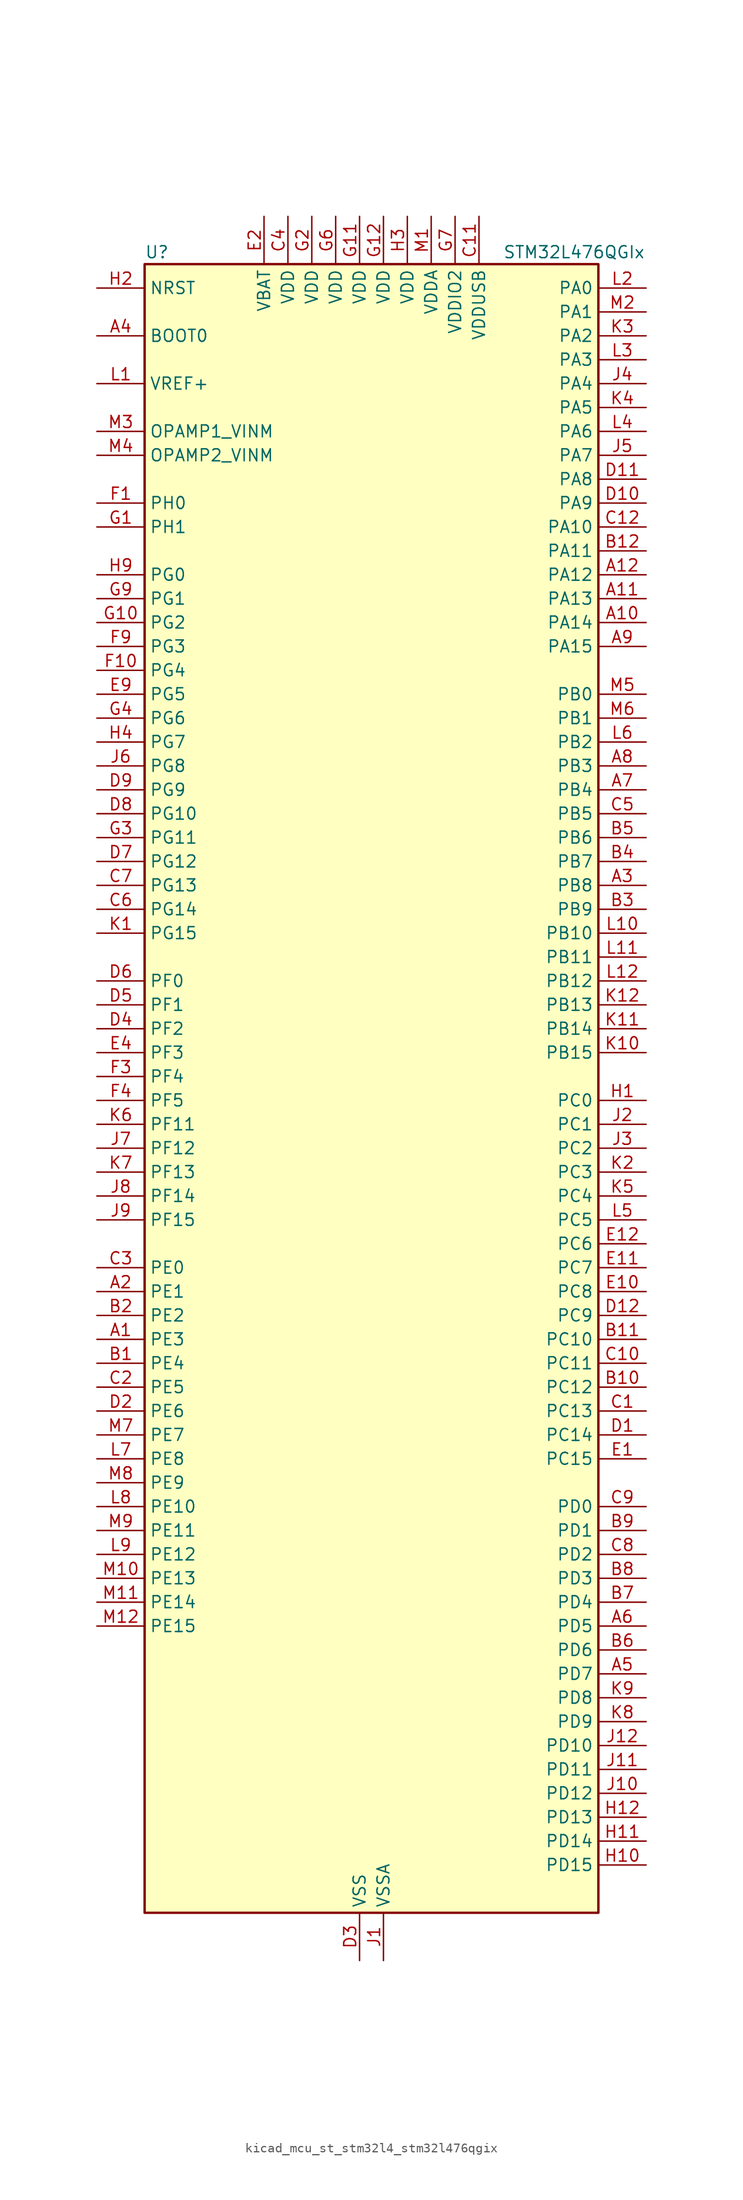
<source format=kicad_sym>
(kicad_symbol_lib
  (version 20220914)
  (generator kicad_symbol_editor)
  (symbol "kicad_mcu_st_stm32l4_stm32l476qgix"
    (property "Reference" "U"
      (at -22.86 90.17 0)
      (effects (font (size 1.27 1.27)) (justify left)))
    (property "Value" "STM32L476QGIx"
      (at 15.24 90.17 0)
      (effects (font (size 1.27 1.27)) (justify left)))
    (property "ki_locked" ""
      (at 0 0 0)
      (effects (font (size 1.27 1.27))))
    (symbol "kicad_mcu_st_stm32l4_stm32l476qgix_0_1"
      (rectangle (start -22.86 -86.36) (end 25.4 88.9) (stroke (width 0.254) (type default)) (fill (type background))))
    (symbol "kicad_mcu_st_stm32l4_stm32l476qgix_1_1"
      (pin bidirectional line (at -27.94 -25.4 0) (length 5.08) (name "PE3" (effects (font (size 1.27 1.27)))) (number "A1" (effects (font (size 1.27 1.27)))) (alternate "FMC_A19" bidirectional line) (alternate "LCD_SEG39" bidirectional line) (alternate "SAI1_SD_B" bidirectional line) (alternate "SYS_TRACED0" bidirectional line) (alternate "TIM3_CH1" bidirectional line) (alternate "TSC_G7_IO2" bidirectional line))
      (pin bidirectional line (at 30.48 50.8 180) (length 5.08) (name "PA14" (effects (font (size 1.27 1.27)))) (number "A10" (effects (font (size 1.27 1.27)))) (alternate "SYS_JTCK-SWCLK" bidirectional line))
      (pin bidirectional line (at 30.48 53.34 180) (length 5.08) (name "PA13" (effects (font (size 1.27 1.27)))) (number "A11" (effects (font (size 1.27 1.27)))) (alternate "IR_OUT" bidirectional line) (alternate "SYS_JTMS-SWDIO" bidirectional line) (alternate "USB_OTG_FS_NOE" bidirectional line))
      (pin bidirectional line (at 30.48 55.88 180) (length 5.08) (name "PA12" (effects (font (size 1.27 1.27)))) (number "A12" (effects (font (size 1.27 1.27)))) (alternate "CAN1_TX" bidirectional line) (alternate "TIM1_ETR" bidirectional line) (alternate "USART1_DE" bidirectional line) (alternate "USART1_RTS" bidirectional line) (alternate "USB_OTG_FS_DP" bidirectional line))
      (pin bidirectional line (at -27.94 -20.32 0) (length 5.08) (name "PE1" (effects (font (size 1.27 1.27)))) (number "A2" (effects (font (size 1.27 1.27)))) (alternate "FMC_NBL1" bidirectional line) (alternate "LCD_SEG37" bidirectional line) (alternate "TIM17_CH1" bidirectional line))
      (pin bidirectional line (at 30.48 22.86 180) (length 5.08) (name "PB8" (effects (font (size 1.27 1.27)))) (number "A3" (effects (font (size 1.27 1.27)))) (alternate "CAN1_RX" bidirectional line) (alternate "DFSDM1_DATIN6" bidirectional line) (alternate "I2C1_SCL" bidirectional line) (alternate "LCD_SEG16" bidirectional line) (alternate "SAI1_MCLK_A" bidirectional line) (alternate "SDMMC1_D4" bidirectional line) (alternate "TIM16_CH1" bidirectional line) (alternate "TIM4_CH3" bidirectional line))
      (pin input line (at -27.94 81.28 0) (length 5.08) (name "BOOT0" (effects (font (size 1.27 1.27)))) (number "A4" (effects (font (size 1.27 1.27)))))
      (pin bidirectional line (at 30.48 -60.96 180) (length 5.08) (name "PD7" (effects (font (size 1.27 1.27)))) (number "A5" (effects (font (size 1.27 1.27)))) (alternate "DFSDM1_CKIN1" bidirectional line) (alternate "FMC_NE1" bidirectional line) (alternate "USART2_CK" bidirectional line))
      (pin bidirectional line (at 30.48 -55.88 180) (length 5.08) (name "PD5" (effects (font (size 1.27 1.27)))) (number "A6" (effects (font (size 1.27 1.27)))) (alternate "FMC_NWE" bidirectional line) (alternate "USART2_TX" bidirectional line))
      (pin bidirectional line (at 30.48 33.02 180) (length 5.08) (name "PB4" (effects (font (size 1.27 1.27)))) (number "A7" (effects (font (size 1.27 1.27)))) (alternate "COMP2_INP" bidirectional line) (alternate "LCD_SEG8" bidirectional line) (alternate "SAI1_MCLK_B" bidirectional line) (alternate "SPI1_MISO" bidirectional line) (alternate "SPI3_MISO" bidirectional line) (alternate "SYS_JTRST" bidirectional line) (alternate "TIM17_BKIN" bidirectional line) (alternate "TIM3_CH1" bidirectional line) (alternate "TSC_G2_IO1" bidirectional line) (alternate "UART5_DE" bidirectional line) (alternate "UART5_RTS" bidirectional line) (alternate "USART1_CTS" bidirectional line))
      (pin bidirectional line (at 30.48 35.56 180) (length 5.08) (name "PB3" (effects (font (size 1.27 1.27)))) (number "A8" (effects (font (size 1.27 1.27)))) (alternate "COMP2_INM" bidirectional line) (alternate "LCD_SEG7" bidirectional line) (alternate "SAI1_SCK_B" bidirectional line) (alternate "SPI1_SCK" bidirectional line) (alternate "SPI3_SCK" bidirectional line) (alternate "SYS_JTDO-SWO" bidirectional line) (alternate "TIM2_CH2" bidirectional line) (alternate "USART1_DE" bidirectional line) (alternate "USART1_RTS" bidirectional line))
      (pin bidirectional line (at 30.48 48.26 180) (length 5.08) (name "PA15" (effects (font (size 1.27 1.27)))) (number "A9" (effects (font (size 1.27 1.27)))) (alternate "ADC1_EXTI15" bidirectional line) (alternate "ADC2_EXTI15" bidirectional line) (alternate "ADC3_EXTI15" bidirectional line) (alternate "LCD_SEG17" bidirectional line) (alternate "SAI2_FS_B" bidirectional line) (alternate "SPI1_NSS" bidirectional line) (alternate "SPI3_NSS" bidirectional line) (alternate "SYS_JTDI" bidirectional line) (alternate "TIM2_CH1" bidirectional line) (alternate "TIM2_ETR" bidirectional line) (alternate "TSC_G3_IO1" bidirectional line) (alternate "UART4_DE" bidirectional line) (alternate "UART4_RTS" bidirectional line))
      (pin bidirectional line (at -27.94 -27.94 0) (length 5.08) (name "PE4" (effects (font (size 1.27 1.27)))) (number "B1" (effects (font (size 1.27 1.27)))) (alternate "DFSDM1_DATIN3" bidirectional line) (alternate "FMC_A20" bidirectional line) (alternate "SAI1_FS_A" bidirectional line) (alternate "SYS_TRACED1" bidirectional line) (alternate "TIM3_CH2" bidirectional line) (alternate "TSC_G7_IO3" bidirectional line))
      (pin bidirectional line (at 30.48 -30.48 180) (length 5.08) (name "PC12" (effects (font (size 1.27 1.27)))) (number "B10" (effects (font (size 1.27 1.27)))) (alternate "LCD_COM6" bidirectional line) (alternate "LCD_SEG30" bidirectional line) (alternate "LCD_SEG42" bidirectional line) (alternate "SAI2_SD_B" bidirectional line) (alternate "SDMMC1_CK" bidirectional line) (alternate "SPI3_MOSI" bidirectional line) (alternate "TSC_G3_IO4" bidirectional line) (alternate "UART5_TX" bidirectional line) (alternate "USART3_CK" bidirectional line))
      (pin bidirectional line (at 30.48 -25.4 180) (length 5.08) (name "PC10" (effects (font (size 1.27 1.27)))) (number "B11" (effects (font (size 1.27 1.27)))) (alternate "LCD_COM4" bidirectional line) (alternate "LCD_SEG28" bidirectional line) (alternate "LCD_SEG40" bidirectional line) (alternate "SAI2_SCK_B" bidirectional line) (alternate "SDMMC1_D2" bidirectional line) (alternate "SPI3_SCK" bidirectional line) (alternate "TSC_G3_IO2" bidirectional line) (alternate "UART4_TX" bidirectional line) (alternate "USART3_TX" bidirectional line))
      (pin bidirectional line (at 30.48 58.42 180) (length 5.08) (name "PA11" (effects (font (size 1.27 1.27)))) (number "B12" (effects (font (size 1.27 1.27)))) (alternate "ADC1_EXTI11" bidirectional line) (alternate "ADC2_EXTI11" bidirectional line) (alternate "ADC3_EXTI11" bidirectional line) (alternate "CAN1_RX" bidirectional line) (alternate "TIM1_BKIN2" bidirectional line) (alternate "TIM1_BKIN2_COMP1" bidirectional line) (alternate "TIM1_CH4" bidirectional line) (alternate "USART1_CTS" bidirectional line) (alternate "USB_OTG_FS_DM" bidirectional line))
      (pin bidirectional line (at -27.94 -22.86 0) (length 5.08) (name "PE2" (effects (font (size 1.27 1.27)))) (number "B2" (effects (font (size 1.27 1.27)))) (alternate "FMC_A23" bidirectional line) (alternate "LCD_SEG38" bidirectional line) (alternate "SAI1_MCLK_A" bidirectional line) (alternate "SYS_TRACECLK" bidirectional line) (alternate "TIM3_ETR" bidirectional line) (alternate "TSC_G7_IO1" bidirectional line))
      (pin bidirectional line (at 30.48 20.32 180) (length 5.08) (name "PB9" (effects (font (size 1.27 1.27)))) (number "B3" (effects (font (size 1.27 1.27)))) (alternate "CAN1_TX" bidirectional line) (alternate "DAC1_EXTI9" bidirectional line) (alternate "DFSDM1_CKIN6" bidirectional line) (alternate "I2C1_SDA" bidirectional line) (alternate "IR_OUT" bidirectional line) (alternate "LCD_COM3" bidirectional line) (alternate "SAI1_FS_A" bidirectional line) (alternate "SDMMC1_D5" bidirectional line) (alternate "SPI2_NSS" bidirectional line) (alternate "TIM17_CH1" bidirectional line) (alternate "TIM4_CH4" bidirectional line))
      (pin bidirectional line (at 30.48 25.4 180) (length 5.08) (name "PB7" (effects (font (size 1.27 1.27)))) (number "B4" (effects (font (size 1.27 1.27)))) (alternate "COMP2_INM" bidirectional line) (alternate "DFSDM1_CKIN5" bidirectional line) (alternate "FMC_NL" bidirectional line) (alternate "I2C1_SDA" bidirectional line) (alternate "LCD_SEG21" bidirectional line) (alternate "LPTIM1_IN2" bidirectional line) (alternate "SYS_PVD_IN" bidirectional line) (alternate "TIM17_CH1N" bidirectional line) (alternate "TIM4_CH2" bidirectional line) (alternate "TIM8_BKIN" bidirectional line) (alternate "TIM8_BKIN_COMP1" bidirectional line) (alternate "TSC_G2_IO4" bidirectional line) (alternate "UART4_CTS" bidirectional line) (alternate "USART1_RX" bidirectional line))
      (pin bidirectional line (at 30.48 27.94 180) (length 5.08) (name "PB6" (effects (font (size 1.27 1.27)))) (number "B5" (effects (font (size 1.27 1.27)))) (alternate "COMP2_INP" bidirectional line) (alternate "DFSDM1_DATIN5" bidirectional line) (alternate "I2C1_SCL" bidirectional line) (alternate "LPTIM1_ETR" bidirectional line) (alternate "SAI1_FS_B" bidirectional line) (alternate "TIM16_CH1N" bidirectional line) (alternate "TIM4_CH1" bidirectional line) (alternate "TIM8_BKIN2" bidirectional line) (alternate "TIM8_BKIN2_COMP2" bidirectional line) (alternate "TSC_G2_IO3" bidirectional line) (alternate "USART1_TX" bidirectional line))
      (pin bidirectional line (at 30.48 -58.42 180) (length 5.08) (name "PD6" (effects (font (size 1.27 1.27)))) (number "B6" (effects (font (size 1.27 1.27)))) (alternate "DFSDM1_DATIN1" bidirectional line) (alternate "FMC_NWAIT" bidirectional line) (alternate "SAI1_SD_A" bidirectional line) (alternate "USART2_RX" bidirectional line))
      (pin bidirectional line (at 30.48 -53.34 180) (length 5.08) (name "PD4" (effects (font (size 1.27 1.27)))) (number "B7" (effects (font (size 1.27 1.27)))) (alternate "DFSDM1_CKIN0" bidirectional line) (alternate "FMC_NOE" bidirectional line) (alternate "SPI2_MOSI" bidirectional line) (alternate "USART2_DE" bidirectional line) (alternate "USART2_RTS" bidirectional line))
      (pin bidirectional line (at 30.48 -50.8 180) (length 5.08) (name "PD3" (effects (font (size 1.27 1.27)))) (number "B8" (effects (font (size 1.27 1.27)))) (alternate "DFSDM1_DATIN0" bidirectional line) (alternate "FMC_CLK" bidirectional line) (alternate "SPI2_MISO" bidirectional line) (alternate "USART2_CTS" bidirectional line))
      (pin bidirectional line (at 30.48 -45.72 180) (length 5.08) (name "PD1" (effects (font (size 1.27 1.27)))) (number "B9" (effects (font (size 1.27 1.27)))) (alternate "CAN1_TX" bidirectional line) (alternate "DFSDM1_CKIN7" bidirectional line) (alternate "FMC_D3" bidirectional line) (alternate "FMC_DA3" bidirectional line) (alternate "SPI2_SCK" bidirectional line))
      (pin bidirectional line (at 30.48 -33.02 180) (length 5.08) (name "PC13" (effects (font (size 1.27 1.27)))) (number "C1" (effects (font (size 1.27 1.27)))) (alternate "RTC_OUT_ALARM" bidirectional line) (alternate "RTC_OUT_CALIB" bidirectional line) (alternate "RTC_TAMP1" bidirectional line) (alternate "RTC_TS" bidirectional line) (alternate "SYS_WKUP2" bidirectional line))
      (pin bidirectional line (at 30.48 -27.94 180) (length 5.08) (name "PC11" (effects (font (size 1.27 1.27)))) (number "C10" (effects (font (size 1.27 1.27)))) (alternate "ADC1_EXTI11" bidirectional line) (alternate "ADC2_EXTI11" bidirectional line) (alternate "ADC3_EXTI11" bidirectional line) (alternate "LCD_COM5" bidirectional line) (alternate "LCD_SEG29" bidirectional line) (alternate "LCD_SEG41" bidirectional line) (alternate "SAI2_MCLK_B" bidirectional line) (alternate "SDMMC1_D3" bidirectional line) (alternate "SPI3_MISO" bidirectional line) (alternate "TSC_G3_IO3" bidirectional line) (alternate "UART4_RX" bidirectional line) (alternate "USART3_RX" bidirectional line))
      (pin power_in line (at 12.7 93.98 270) (length 5.08) (name "VDDUSB" (effects (font (size 1.27 1.27)))) (number "C11" (effects (font (size 1.27 1.27)))))
      (pin bidirectional line (at 30.48 60.96 180) (length 5.08) (name "PA10" (effects (font (size 1.27 1.27)))) (number "C12" (effects (font (size 1.27 1.27)))) (alternate "LCD_COM2" bidirectional line) (alternate "TIM17_BKIN" bidirectional line) (alternate "TIM1_CH3" bidirectional line) (alternate "USART1_RX" bidirectional line) (alternate "USB_OTG_FS_ID" bidirectional line))
      (pin bidirectional line (at -27.94 -30.48 0) (length 5.08) (name "PE5" (effects (font (size 1.27 1.27)))) (number "C2" (effects (font (size 1.27 1.27)))) (alternate "DFSDM1_CKIN3" bidirectional line) (alternate "FMC_A21" bidirectional line) (alternate "SAI1_SCK_A" bidirectional line) (alternate "SYS_TRACED2" bidirectional line) (alternate "TIM3_CH3" bidirectional line) (alternate "TSC_G7_IO4" bidirectional line))
      (pin bidirectional line (at -27.94 -17.78 0) (length 5.08) (name "PE0" (effects (font (size 1.27 1.27)))) (number "C3" (effects (font (size 1.27 1.27)))) (alternate "FMC_NBL0" bidirectional line) (alternate "LCD_SEG36" bidirectional line) (alternate "TIM16_CH1" bidirectional line) (alternate "TIM4_ETR" bidirectional line))
      (pin power_in line (at -7.62 93.98 270) (length 5.08) (name "VDD" (effects (font (size 1.27 1.27)))) (number "C4" (effects (font (size 1.27 1.27)))))
      (pin bidirectional line (at 30.48 30.48 180) (length 5.08) (name "PB5" (effects (font (size 1.27 1.27)))) (number "C5" (effects (font (size 1.27 1.27)))) (alternate "COMP2_OUT" bidirectional line) (alternate "I2C1_SMBA" bidirectional line) (alternate "LCD_SEG9" bidirectional line) (alternate "LPTIM1_IN1" bidirectional line) (alternate "SAI1_SD_B" bidirectional line) (alternate "SPI1_MOSI" bidirectional line) (alternate "SPI3_MOSI" bidirectional line) (alternate "TIM16_BKIN" bidirectional line) (alternate "TIM3_CH2" bidirectional line) (alternate "TSC_G2_IO2" bidirectional line) (alternate "UART5_CTS" bidirectional line) (alternate "USART1_CK" bidirectional line))
      (pin bidirectional line (at -27.94 20.32 0) (length 5.08) (name "PG14" (effects (font (size 1.27 1.27)))) (number "C6" (effects (font (size 1.27 1.27)))) (alternate "FMC_A25" bidirectional line) (alternate "I2C1_SCL" bidirectional line))
      (pin bidirectional line (at -27.94 22.86 0) (length 5.08) (name "PG13" (effects (font (size 1.27 1.27)))) (number "C7" (effects (font (size 1.27 1.27)))) (alternate "FMC_A24" bidirectional line) (alternate "I2C1_SDA" bidirectional line) (alternate "USART1_CK" bidirectional line))
      (pin bidirectional line (at 30.48 -48.26 180) (length 5.08) (name "PD2" (effects (font (size 1.27 1.27)))) (number "C8" (effects (font (size 1.27 1.27)))) (alternate "LCD_COM7" bidirectional line) (alternate "LCD_SEG31" bidirectional line) (alternate "LCD_SEG43" bidirectional line) (alternate "SDMMC1_CMD" bidirectional line) (alternate "TIM3_ETR" bidirectional line) (alternate "TSC_SYNC" bidirectional line) (alternate "UART5_RX" bidirectional line) (alternate "USART3_DE" bidirectional line) (alternate "USART3_RTS" bidirectional line))
      (pin bidirectional line (at 30.48 -43.18 180) (length 5.08) (name "PD0" (effects (font (size 1.27 1.27)))) (number "C9" (effects (font (size 1.27 1.27)))) (alternate "CAN1_RX" bidirectional line) (alternate "DFSDM1_DATIN7" bidirectional line) (alternate "FMC_D2" bidirectional line) (alternate "FMC_DA2" bidirectional line) (alternate "SPI2_NSS" bidirectional line))
      (pin bidirectional line (at 30.48 -35.56 180) (length 5.08) (name "PC14" (effects (font (size 1.27 1.27)))) (number "D1" (effects (font (size 1.27 1.27)))) (alternate "RCC_OSC32_IN" bidirectional line))
      (pin bidirectional line (at 30.48 63.5 180) (length 5.08) (name "PA9" (effects (font (size 1.27 1.27)))) (number "D10" (effects (font (size 1.27 1.27)))) (alternate "DAC1_EXTI9" bidirectional line) (alternate "LCD_COM1" bidirectional line) (alternate "TIM15_BKIN" bidirectional line) (alternate "TIM1_CH2" bidirectional line) (alternate "USART1_TX" bidirectional line) (alternate "USB_OTG_FS_VBUS" bidirectional line))
      (pin bidirectional line (at 30.48 66.04 180) (length 5.08) (name "PA8" (effects (font (size 1.27 1.27)))) (number "D11" (effects (font (size 1.27 1.27)))) (alternate "LCD_COM0" bidirectional line) (alternate "LPTIM2_OUT" bidirectional line) (alternate "RCC_MCO" bidirectional line) (alternate "TIM1_CH1" bidirectional line) (alternate "USART1_CK" bidirectional line) (alternate "USB_OTG_FS_SOF" bidirectional line))
      (pin bidirectional line (at 30.48 -22.86 180) (length 5.08) (name "PC9" (effects (font (size 1.27 1.27)))) (number "D12" (effects (font (size 1.27 1.27)))) (alternate "DAC1_EXTI9" bidirectional line) (alternate "LCD_SEG27" bidirectional line) (alternate "SAI2_EXTCLK" bidirectional line) (alternate "SDMMC1_D1" bidirectional line) (alternate "TIM3_CH4" bidirectional line) (alternate "TIM8_BKIN2" bidirectional line) (alternate "TIM8_BKIN2_COMP1" bidirectional line) (alternate "TIM8_CH4" bidirectional line) (alternate "TSC_G4_IO4" bidirectional line) (alternate "USB_OTG_FS_NOE" bidirectional line))
      (pin bidirectional line (at -27.94 -33.02 0) (length 5.08) (name "PE6" (effects (font (size 1.27 1.27)))) (number "D2" (effects (font (size 1.27 1.27)))) (alternate "FMC_A22" bidirectional line) (alternate "RTC_TAMP3" bidirectional line) (alternate "SAI1_SD_A" bidirectional line) (alternate "SYS_TRACED3" bidirectional line) (alternate "SYS_WKUP3" bidirectional line) (alternate "TIM3_CH4" bidirectional line))
      (pin power_in line (at 0 -91.44 90) (length 5.08) (name "VSS" (effects (font (size 1.27 1.27)))) (number "D3" (effects (font (size 1.27 1.27)))))
      (pin bidirectional line (at -27.94 7.62 0) (length 5.08) (name "PF2" (effects (font (size 1.27 1.27)))) (number "D4" (effects (font (size 1.27 1.27)))) (alternate "FMC_A2" bidirectional line) (alternate "I2C2_SMBA" bidirectional line))
      (pin bidirectional line (at -27.94 10.16 0) (length 5.08) (name "PF1" (effects (font (size 1.27 1.27)))) (number "D5" (effects (font (size 1.27 1.27)))) (alternate "FMC_A1" bidirectional line) (alternate "I2C2_SCL" bidirectional line))
      (pin bidirectional line (at -27.94 12.7 0) (length 5.08) (name "PF0" (effects (font (size 1.27 1.27)))) (number "D6" (effects (font (size 1.27 1.27)))) (alternate "FMC_A0" bidirectional line) (alternate "I2C2_SDA" bidirectional line))
      (pin bidirectional line (at -27.94 25.4 0) (length 5.08) (name "PG12" (effects (font (size 1.27 1.27)))) (number "D7" (effects (font (size 1.27 1.27)))) (alternate "FMC_NE4" bidirectional line) (alternate "LPTIM1_ETR" bidirectional line) (alternate "SAI2_SD_A" bidirectional line) (alternate "SPI3_NSS" bidirectional line) (alternate "USART1_DE" bidirectional line) (alternate "USART1_RTS" bidirectional line))
      (pin bidirectional line (at -27.94 30.48 0) (length 5.08) (name "PG10" (effects (font (size 1.27 1.27)))) (number "D8" (effects (font (size 1.27 1.27)))) (alternate "FMC_NE3" bidirectional line) (alternate "LPTIM1_IN1" bidirectional line) (alternate "SAI2_FS_A" bidirectional line) (alternate "SPI3_MISO" bidirectional line) (alternate "TIM15_CH1" bidirectional line) (alternate "USART1_RX" bidirectional line))
      (pin bidirectional line (at -27.94 33.02 0) (length 5.08) (name "PG9" (effects (font (size 1.27 1.27)))) (number "D9" (effects (font (size 1.27 1.27)))) (alternate "DAC1_EXTI9" bidirectional line) (alternate "FMC_NCE3" bidirectional line) (alternate "FMC_NE2" bidirectional line) (alternate "SAI2_SCK_A" bidirectional line) (alternate "SPI3_SCK" bidirectional line) (alternate "TIM15_CH1N" bidirectional line) (alternate "USART1_TX" bidirectional line))
      (pin bidirectional line (at 30.48 -38.1 180) (length 5.08) (name "PC15" (effects (font (size 1.27 1.27)))) (number "E1" (effects (font (size 1.27 1.27)))) (alternate "ADC1_EXTI15" bidirectional line) (alternate "ADC2_EXTI15" bidirectional line) (alternate "ADC3_EXTI15" bidirectional line) (alternate "RCC_OSC32_OUT" bidirectional line))
      (pin bidirectional line (at 30.48 -20.32 180) (length 5.08) (name "PC8" (effects (font (size 1.27 1.27)))) (number "E10" (effects (font (size 1.27 1.27)))) (alternate "LCD_SEG26" bidirectional line) (alternate "SDMMC1_D0" bidirectional line) (alternate "TIM3_CH3" bidirectional line) (alternate "TIM8_CH3" bidirectional line) (alternate "TSC_G4_IO3" bidirectional line))
      (pin bidirectional line (at 30.48 -17.78 180) (length 5.08) (name "PC7" (effects (font (size 1.27 1.27)))) (number "E11" (effects (font (size 1.27 1.27)))) (alternate "DFSDM1_DATIN3" bidirectional line) (alternate "LCD_SEG25" bidirectional line) (alternate "SAI2_MCLK_B" bidirectional line) (alternate "SDMMC1_D7" bidirectional line) (alternate "TIM3_CH2" bidirectional line) (alternate "TIM8_CH2" bidirectional line) (alternate "TSC_G4_IO2" bidirectional line))
      (pin bidirectional line (at 30.48 -15.24 180) (length 5.08) (name "PC6" (effects (font (size 1.27 1.27)))) (number "E12" (effects (font (size 1.27 1.27)))) (alternate "DFSDM1_CKIN3" bidirectional line) (alternate "LCD_SEG24" bidirectional line) (alternate "SAI2_MCLK_A" bidirectional line) (alternate "SDMMC1_D6" bidirectional line) (alternate "TIM3_CH1" bidirectional line) (alternate "TIM8_CH1" bidirectional line) (alternate "TSC_G4_IO1" bidirectional line))
      (pin power_in line (at -10.16 93.98 270) (length 5.08) (name "VBAT" (effects (font (size 1.27 1.27)))) (number "E2" (effects (font (size 1.27 1.27)))))
      (pin passive line (at 0 -91.44 90) (length 5.08) hide (name "VSS" (effects (font (size 1.27 1.27)))) (number "E3" (effects (font (size 1.27 1.27)))))
      (pin bidirectional line (at -27.94 5.08 0) (length 5.08) (name "PF3" (effects (font (size 1.27 1.27)))) (number "E4" (effects (font (size 1.27 1.27)))) (alternate "ADC3_IN6" bidirectional line) (alternate "FMC_A3" bidirectional line))
      (pin bidirectional line (at -27.94 43.18 0) (length 5.08) (name "PG5" (effects (font (size 1.27 1.27)))) (number "E9" (effects (font (size 1.27 1.27)))) (alternate "FMC_A15" bidirectional line) (alternate "LPUART1_CTS" bidirectional line) (alternate "SAI2_SD_B" bidirectional line) (alternate "SPI1_NSS" bidirectional line))
      (pin bidirectional line (at -27.94 63.5 0) (length 5.08) (name "PH0" (effects (font (size 1.27 1.27)))) (number "F1" (effects (font (size 1.27 1.27)))) (alternate "RCC_OSC_IN" bidirectional line))
      (pin bidirectional line (at -27.94 45.72 0) (length 5.08) (name "PG4" (effects (font (size 1.27 1.27)))) (number "F10" (effects (font (size 1.27 1.27)))) (alternate "FMC_A14" bidirectional line) (alternate "SAI2_MCLK_B" bidirectional line) (alternate "SPI1_MOSI" bidirectional line))
      (pin passive line (at 0 -91.44 90) (length 5.08) hide (name "VSS" (effects (font (size 1.27 1.27)))) (number "F11" (effects (font (size 1.27 1.27)))))
      (pin passive line (at 0 -91.44 90) (length 5.08) hide (name "VSS" (effects (font (size 1.27 1.27)))) (number "F12" (effects (font (size 1.27 1.27)))))
      (pin passive line (at 0 -91.44 90) (length 5.08) hide (name "VSS" (effects (font (size 1.27 1.27)))) (number "F2" (effects (font (size 1.27 1.27)))))
      (pin bidirectional line (at -27.94 2.54 0) (length 5.08) (name "PF4" (effects (font (size 1.27 1.27)))) (number "F3" (effects (font (size 1.27 1.27)))) (alternate "ADC3_IN7" bidirectional line) (alternate "FMC_A4" bidirectional line))
      (pin bidirectional line (at -27.94 0 0) (length 5.08) (name "PF5" (effects (font (size 1.27 1.27)))) (number "F4" (effects (font (size 1.27 1.27)))) (alternate "ADC3_IN8" bidirectional line) (alternate "FMC_A5" bidirectional line))
      (pin passive line (at 0 -91.44 90) (length 5.08) hide (name "VSS" (effects (font (size 1.27 1.27)))) (number "F6" (effects (font (size 1.27 1.27)))))
      (pin passive line (at 0 -91.44 90) (length 5.08) hide (name "VSS" (effects (font (size 1.27 1.27)))) (number "F7" (effects (font (size 1.27 1.27)))))
      (pin bidirectional line (at -27.94 48.26 0) (length 5.08) (name "PG3" (effects (font (size 1.27 1.27)))) (number "F9" (effects (font (size 1.27 1.27)))) (alternate "FMC_A13" bidirectional line) (alternate "SAI2_FS_B" bidirectional line) (alternate "SPI1_MISO" bidirectional line))
      (pin bidirectional line (at -27.94 60.96 0) (length 5.08) (name "PH1" (effects (font (size 1.27 1.27)))) (number "G1" (effects (font (size 1.27 1.27)))) (alternate "RCC_OSC_OUT" bidirectional line))
      (pin bidirectional line (at -27.94 50.8 0) (length 5.08) (name "PG2" (effects (font (size 1.27 1.27)))) (number "G10" (effects (font (size 1.27 1.27)))) (alternate "FMC_A12" bidirectional line) (alternate "SAI2_SCK_B" bidirectional line) (alternate "SPI1_SCK" bidirectional line))
      (pin power_in line (at 0 93.98 270) (length 5.08) (name "VDD" (effects (font (size 1.27 1.27)))) (number "G11" (effects (font (size 1.27 1.27)))))
      (pin power_in line (at 2.54 93.98 270) (length 5.08) (name "VDD" (effects (font (size 1.27 1.27)))) (number "G12" (effects (font (size 1.27 1.27)))))
      (pin power_in line (at -5.08 93.98 270) (length 5.08) (name "VDD" (effects (font (size 1.27 1.27)))) (number "G2" (effects (font (size 1.27 1.27)))))
      (pin bidirectional line (at -27.94 27.94 0) (length 5.08) (name "PG11" (effects (font (size 1.27 1.27)))) (number "G3" (effects (font (size 1.27 1.27)))) (alternate "ADC1_EXTI11" bidirectional line) (alternate "ADC2_EXTI11" bidirectional line) (alternate "ADC3_EXTI11" bidirectional line) (alternate "LPTIM1_IN2" bidirectional line) (alternate "SAI2_MCLK_A" bidirectional line) (alternate "SPI3_MOSI" bidirectional line) (alternate "TIM15_CH2" bidirectional line) (alternate "USART1_CTS" bidirectional line))
      (pin bidirectional line (at -27.94 40.64 0) (length 5.08) (name "PG6" (effects (font (size 1.27 1.27)))) (number "G4" (effects (font (size 1.27 1.27)))) (alternate "I2C3_SMBA" bidirectional line) (alternate "LPUART1_DE" bidirectional line) (alternate "LPUART1_RTS" bidirectional line))
      (pin power_in line (at -2.54 93.98 270) (length 5.08) (name "VDD" (effects (font (size 1.27 1.27)))) (number "G6" (effects (font (size 1.27 1.27)))))
      (pin power_in line (at 10.16 93.98 270) (length 5.08) (name "VDDIO2" (effects (font (size 1.27 1.27)))) (number "G7" (effects (font (size 1.27 1.27)))))
      (pin bidirectional line (at -27.94 53.34 0) (length 5.08) (name "PG1" (effects (font (size 1.27 1.27)))) (number "G9" (effects (font (size 1.27 1.27)))) (alternate "FMC_A11" bidirectional line) (alternate "TSC_G8_IO4" bidirectional line))
      (pin bidirectional line (at 30.48 0 180) (length 5.08) (name "PC0" (effects (font (size 1.27 1.27)))) (number "H1" (effects (font (size 1.27 1.27)))) (alternate "ADC1_IN1" bidirectional line) (alternate "ADC2_IN1" bidirectional line) (alternate "ADC3_IN1" bidirectional line) (alternate "DFSDM1_DATIN4" bidirectional line) (alternate "I2C3_SCL" bidirectional line) (alternate "LCD_SEG18" bidirectional line) (alternate "LPTIM1_IN1" bidirectional line) (alternate "LPTIM2_IN1" bidirectional line) (alternate "LPUART1_RX" bidirectional line))
      (pin bidirectional line (at 30.48 -81.28 180) (length 5.08) (name "PD15" (effects (font (size 1.27 1.27)))) (number "H10" (effects (font (size 1.27 1.27)))) (alternate "ADC1_EXTI15" bidirectional line) (alternate "ADC2_EXTI15" bidirectional line) (alternate "ADC3_EXTI15" bidirectional line) (alternate "FMC_D1" bidirectional line) (alternate "FMC_DA1" bidirectional line) (alternate "LCD_SEG35" bidirectional line) (alternate "TIM4_CH4" bidirectional line))
      (pin bidirectional line (at 30.48 -78.74 180) (length 5.08) (name "PD14" (effects (font (size 1.27 1.27)))) (number "H11" (effects (font (size 1.27 1.27)))) (alternate "FMC_D0" bidirectional line) (alternate "FMC_DA0" bidirectional line) (alternate "LCD_SEG34" bidirectional line) (alternate "TIM4_CH3" bidirectional line))
      (pin bidirectional line (at 30.48 -76.2 180) (length 5.08) (name "PD13" (effects (font (size 1.27 1.27)))) (number "H12" (effects (font (size 1.27 1.27)))) (alternate "FMC_A18" bidirectional line) (alternate "LCD_SEG33" bidirectional line) (alternate "LPTIM2_OUT" bidirectional line) (alternate "TIM4_CH2" bidirectional line) (alternate "TSC_G6_IO4" bidirectional line))
      (pin input line (at -27.94 86.36 0) (length 5.08) (name "NRST" (effects (font (size 1.27 1.27)))) (number "H2" (effects (font (size 1.27 1.27)))))
      (pin power_in line (at 5.08 93.98 270) (length 5.08) (name "VDD" (effects (font (size 1.27 1.27)))) (number "H3" (effects (font (size 1.27 1.27)))))
      (pin bidirectional line (at -27.94 38.1 0) (length 5.08) (name "PG7" (effects (font (size 1.27 1.27)))) (number "H4" (effects (font (size 1.27 1.27)))) (alternate "FMC_INT3" bidirectional line) (alternate "I2C3_SCL" bidirectional line) (alternate "LPUART1_TX" bidirectional line))
      (pin bidirectional line (at -27.94 55.88 0) (length 5.08) (name "PG0" (effects (font (size 1.27 1.27)))) (number "H9" (effects (font (size 1.27 1.27)))) (alternate "FMC_A10" bidirectional line) (alternate "TSC_G8_IO3" bidirectional line))
      (pin power_in line (at 2.54 -91.44 90) (length 5.08) (name "VSSA" (effects (font (size 1.27 1.27)))) (number "J1" (effects (font (size 1.27 1.27)))))
      (pin bidirectional line (at 30.48 -73.66 180) (length 5.08) (name "PD12" (effects (font (size 1.27 1.27)))) (number "J10" (effects (font (size 1.27 1.27)))) (alternate "FMC_A17" bidirectional line) (alternate "FMC_ALE" bidirectional line) (alternate "LCD_SEG32" bidirectional line) (alternate "LPTIM2_IN1" bidirectional line) (alternate "SAI2_FS_A" bidirectional line) (alternate "TIM4_CH1" bidirectional line) (alternate "TSC_G6_IO3" bidirectional line) (alternate "USART3_DE" bidirectional line) (alternate "USART3_RTS" bidirectional line))
      (pin bidirectional line (at 30.48 -71.12 180) (length 5.08) (name "PD11" (effects (font (size 1.27 1.27)))) (number "J11" (effects (font (size 1.27 1.27)))) (alternate "ADC1_EXTI11" bidirectional line) (alternate "ADC2_EXTI11" bidirectional line) (alternate "ADC3_EXTI11" bidirectional line) (alternate "FMC_A16" bidirectional line) (alternate "FMC_CLE" bidirectional line) (alternate "LCD_SEG31" bidirectional line) (alternate "LPTIM2_ETR" bidirectional line) (alternate "SAI2_SD_A" bidirectional line) (alternate "TSC_G6_IO2" bidirectional line) (alternate "USART3_CTS" bidirectional line))
      (pin bidirectional line (at 30.48 -68.58 180) (length 5.08) (name "PD10" (effects (font (size 1.27 1.27)))) (number "J12" (effects (font (size 1.27 1.27)))) (alternate "FMC_D15" bidirectional line) (alternate "FMC_DA15" bidirectional line) (alternate "LCD_SEG30" bidirectional line) (alternate "SAI2_SCK_A" bidirectional line) (alternate "TSC_G6_IO1" bidirectional line) (alternate "USART3_CK" bidirectional line))
      (pin bidirectional line (at 30.48 -2.54 180) (length 5.08) (name "PC1" (effects (font (size 1.27 1.27)))) (number "J2" (effects (font (size 1.27 1.27)))) (alternate "ADC1_IN2" bidirectional line) (alternate "ADC2_IN2" bidirectional line) (alternate "ADC3_IN2" bidirectional line) (alternate "DFSDM1_CKIN4" bidirectional line) (alternate "I2C3_SDA" bidirectional line) (alternate "LCD_SEG19" bidirectional line) (alternate "LPTIM1_OUT" bidirectional line) (alternate "LPUART1_TX" bidirectional line))
      (pin bidirectional line (at 30.48 -5.08 180) (length 5.08) (name "PC2" (effects (font (size 1.27 1.27)))) (number "J3" (effects (font (size 1.27 1.27)))) (alternate "ADC1_IN3" bidirectional line) (alternate "ADC2_IN3" bidirectional line) (alternate "ADC3_IN3" bidirectional line) (alternate "DFSDM1_CKOUT" bidirectional line) (alternate "LCD_SEG20" bidirectional line) (alternate "LPTIM1_IN2" bidirectional line) (alternate "SPI2_MISO" bidirectional line))
      (pin bidirectional line (at 30.48 76.2 180) (length 5.08) (name "PA4" (effects (font (size 1.27 1.27)))) (number "J4" (effects (font (size 1.27 1.27)))) (alternate "ADC1_IN9" bidirectional line) (alternate "ADC2_IN9" bidirectional line) (alternate "DAC1_OUT1" bidirectional line) (alternate "LPTIM2_OUT" bidirectional line) (alternate "SAI1_FS_B" bidirectional line) (alternate "SPI1_NSS" bidirectional line) (alternate "SPI3_NSS" bidirectional line) (alternate "USART2_CK" bidirectional line))
      (pin bidirectional line (at 30.48 68.58 180) (length 5.08) (name "PA7" (effects (font (size 1.27 1.27)))) (number "J5" (effects (font (size 1.27 1.27)))) (alternate "ADC1_IN12" bidirectional line) (alternate "ADC2_IN12" bidirectional line) (alternate "LCD_SEG4" bidirectional line) (alternate "OPAMP2_VINM" bidirectional line) (alternate "QUADSPI_BK1_IO2" bidirectional line) (alternate "SPI1_MOSI" bidirectional line) (alternate "TIM17_CH1" bidirectional line) (alternate "TIM1_CH1N" bidirectional line) (alternate "TIM3_CH2" bidirectional line) (alternate "TIM8_CH1N" bidirectional line))
      (pin bidirectional line (at -27.94 35.56 0) (length 5.08) (name "PG8" (effects (font (size 1.27 1.27)))) (number "J6" (effects (font (size 1.27 1.27)))) (alternate "I2C3_SDA" bidirectional line) (alternate "LPUART1_RX" bidirectional line))
      (pin bidirectional line (at -27.94 -5.08 0) (length 5.08) (name "PF12" (effects (font (size 1.27 1.27)))) (number "J7" (effects (font (size 1.27 1.27)))) (alternate "FMC_A6" bidirectional line))
      (pin bidirectional line (at -27.94 -10.16 0) (length 5.08) (name "PF14" (effects (font (size 1.27 1.27)))) (number "J8" (effects (font (size 1.27 1.27)))) (alternate "DFSDM1_CKIN6" bidirectional line) (alternate "FMC_A8" bidirectional line) (alternate "TSC_G8_IO1" bidirectional line))
      (pin bidirectional line (at -27.94 -12.7 0) (length 5.08) (name "PF15" (effects (font (size 1.27 1.27)))) (number "J9" (effects (font (size 1.27 1.27)))) (alternate "ADC1_EXTI15" bidirectional line) (alternate "ADC2_EXTI15" bidirectional line) (alternate "ADC3_EXTI15" bidirectional line) (alternate "FMC_A9" bidirectional line) (alternate "TSC_G8_IO2" bidirectional line))
      (pin bidirectional line (at -27.94 17.78 0) (length 5.08) (name "PG15" (effects (font (size 1.27 1.27)))) (number "K1" (effects (font (size 1.27 1.27)))) (alternate "ADC1_EXTI15" bidirectional line) (alternate "ADC2_EXTI15" bidirectional line) (alternate "ADC3_EXTI15" bidirectional line) (alternate "I2C1_SMBA" bidirectional line) (alternate "LPTIM1_OUT" bidirectional line))
      (pin bidirectional line (at 30.48 5.08 180) (length 5.08) (name "PB15" (effects (font (size 1.27 1.27)))) (number "K10" (effects (font (size 1.27 1.27)))) (alternate "ADC1_EXTI15" bidirectional line) (alternate "ADC2_EXTI15" bidirectional line) (alternate "ADC3_EXTI15" bidirectional line) (alternate "DFSDM1_CKIN2" bidirectional line) (alternate "LCD_SEG15" bidirectional line) (alternate "RTC_REFIN" bidirectional line) (alternate "SAI2_SD_A" bidirectional line) (alternate "SPI2_MOSI" bidirectional line) (alternate "SWPMI1_SUSPEND" bidirectional line) (alternate "TIM15_CH2" bidirectional line) (alternate "TIM1_CH3N" bidirectional line) (alternate "TIM8_CH3N" bidirectional line) (alternate "TSC_G1_IO4" bidirectional line))
      (pin bidirectional line (at 30.48 7.62 180) (length 5.08) (name "PB14" (effects (font (size 1.27 1.27)))) (number "K11" (effects (font (size 1.27 1.27)))) (alternate "DFSDM1_DATIN2" bidirectional line) (alternate "I2C2_SDA" bidirectional line) (alternate "LCD_SEG14" bidirectional line) (alternate "SAI2_MCLK_A" bidirectional line) (alternate "SPI2_MISO" bidirectional line) (alternate "SWPMI1_RX" bidirectional line) (alternate "TIM15_CH1" bidirectional line) (alternate "TIM1_CH2N" bidirectional line) (alternate "TIM8_CH2N" bidirectional line) (alternate "TSC_G1_IO3" bidirectional line) (alternate "USART3_DE" bidirectional line) (alternate "USART3_RTS" bidirectional line))
      (pin bidirectional line (at 30.48 10.16 180) (length 5.08) (name "PB13" (effects (font (size 1.27 1.27)))) (number "K12" (effects (font (size 1.27 1.27)))) (alternate "DFSDM1_CKIN1" bidirectional line) (alternate "I2C2_SCL" bidirectional line) (alternate "LCD_SEG13" bidirectional line) (alternate "LPUART1_CTS" bidirectional line) (alternate "SAI2_SCK_A" bidirectional line) (alternate "SPI2_SCK" bidirectional line) (alternate "SWPMI1_TX" bidirectional line) (alternate "TIM15_CH1N" bidirectional line) (alternate "TIM1_CH1N" bidirectional line) (alternate "TSC_G1_IO2" bidirectional line) (alternate "USART3_CTS" bidirectional line))
      (pin bidirectional line (at 30.48 -7.62 180) (length 5.08) (name "PC3" (effects (font (size 1.27 1.27)))) (number "K2" (effects (font (size 1.27 1.27)))) (alternate "ADC1_IN4" bidirectional line) (alternate "ADC2_IN4" bidirectional line) (alternate "ADC3_IN4" bidirectional line) (alternate "LCD_VLCD" bidirectional line) (alternate "LPTIM1_ETR" bidirectional line) (alternate "LPTIM2_ETR" bidirectional line) (alternate "SAI1_SD_A" bidirectional line) (alternate "SPI2_MOSI" bidirectional line))
      (pin bidirectional line (at 30.48 81.28 180) (length 5.08) (name "PA2" (effects (font (size 1.27 1.27)))) (number "K3" (effects (font (size 1.27 1.27)))) (alternate "ADC1_IN7" bidirectional line) (alternate "ADC2_IN7" bidirectional line) (alternate "LCD_SEG1" bidirectional line) (alternate "RCC_LSCO" bidirectional line) (alternate "SAI2_EXTCLK" bidirectional line) (alternate "SYS_WKUP4" bidirectional line) (alternate "TIM15_CH1" bidirectional line) (alternate "TIM2_CH3" bidirectional line) (alternate "TIM5_CH3" bidirectional line) (alternate "USART2_TX" bidirectional line))
      (pin bidirectional line (at 30.48 73.66 180) (length 5.08) (name "PA5" (effects (font (size 1.27 1.27)))) (number "K4" (effects (font (size 1.27 1.27)))) (alternate "ADC1_IN10" bidirectional line) (alternate "ADC2_IN10" bidirectional line) (alternate "DAC1_OUT2" bidirectional line) (alternate "LPTIM2_ETR" bidirectional line) (alternate "SPI1_SCK" bidirectional line) (alternate "TIM2_CH1" bidirectional line) (alternate "TIM2_ETR" bidirectional line) (alternate "TIM8_CH1N" bidirectional line))
      (pin bidirectional line (at 30.48 -10.16 180) (length 5.08) (name "PC4" (effects (font (size 1.27 1.27)))) (number "K5" (effects (font (size 1.27 1.27)))) (alternate "ADC1_IN13" bidirectional line) (alternate "ADC2_IN13" bidirectional line) (alternate "COMP1_INM" bidirectional line) (alternate "LCD_SEG22" bidirectional line) (alternate "USART3_TX" bidirectional line))
      (pin bidirectional line (at -27.94 -2.54 0) (length 5.08) (name "PF11" (effects (font (size 1.27 1.27)))) (number "K6" (effects (font (size 1.27 1.27)))) (alternate "ADC1_EXTI11" bidirectional line) (alternate "ADC2_EXTI11" bidirectional line) (alternate "ADC3_EXTI11" bidirectional line))
      (pin bidirectional line (at -27.94 -7.62 0) (length 5.08) (name "PF13" (effects (font (size 1.27 1.27)))) (number "K7" (effects (font (size 1.27 1.27)))) (alternate "DFSDM1_DATIN6" bidirectional line) (alternate "FMC_A7" bidirectional line))
      (pin bidirectional line (at 30.48 -66.04 180) (length 5.08) (name "PD9" (effects (font (size 1.27 1.27)))) (number "K8" (effects (font (size 1.27 1.27)))) (alternate "DAC1_EXTI9" bidirectional line) (alternate "FMC_D14" bidirectional line) (alternate "FMC_DA14" bidirectional line) (alternate "LCD_SEG29" bidirectional line) (alternate "SAI2_MCLK_A" bidirectional line) (alternate "USART3_RX" bidirectional line))
      (pin bidirectional line (at 30.48 -63.5 180) (length 5.08) (name "PD8" (effects (font (size 1.27 1.27)))) (number "K9" (effects (font (size 1.27 1.27)))) (alternate "FMC_D13" bidirectional line) (alternate "FMC_DA13" bidirectional line) (alternate "LCD_SEG28" bidirectional line) (alternate "USART3_TX" bidirectional line))
      (pin input line (at -27.94 76.2 0) (length 5.08) (name "VREF+" (effects (font (size 1.27 1.27)))) (number "L1" (effects (font (size 1.27 1.27)))) (alternate "VREFBUF_OUT" bidirectional line))
      (pin bidirectional line (at 30.48 17.78 180) (length 5.08) (name "PB10" (effects (font (size 1.27 1.27)))) (number "L10" (effects (font (size 1.27 1.27)))) (alternate "COMP1_OUT" bidirectional line) (alternate "DFSDM1_DATIN7" bidirectional line) (alternate "I2C2_SCL" bidirectional line) (alternate "LCD_SEG10" bidirectional line) (alternate "LPUART1_RX" bidirectional line) (alternate "QUADSPI_CLK" bidirectional line) (alternate "SAI1_SCK_A" bidirectional line) (alternate "SPI2_SCK" bidirectional line) (alternate "TIM2_CH3" bidirectional line) (alternate "USART3_TX" bidirectional line))
      (pin bidirectional line (at 30.48 15.24 180) (length 5.08) (name "PB11" (effects (font (size 1.27 1.27)))) (number "L11" (effects (font (size 1.27 1.27)))) (alternate "ADC1_EXTI11" bidirectional line) (alternate "ADC2_EXTI11" bidirectional line) (alternate "ADC3_EXTI11" bidirectional line) (alternate "COMP2_OUT" bidirectional line) (alternate "DFSDM1_CKIN7" bidirectional line) (alternate "I2C2_SDA" bidirectional line) (alternate "LCD_SEG11" bidirectional line) (alternate "LPUART1_TX" bidirectional line) (alternate "QUADSPI_NCS" bidirectional line) (alternate "TIM2_CH4" bidirectional line) (alternate "USART3_RX" bidirectional line))
      (pin bidirectional line (at 30.48 12.7 180) (length 5.08) (name "PB12" (effects (font (size 1.27 1.27)))) (number "L12" (effects (font (size 1.27 1.27)))) (alternate "DFSDM1_DATIN1" bidirectional line) (alternate "I2C2_SMBA" bidirectional line) (alternate "LCD_SEG12" bidirectional line) (alternate "LPUART1_DE" bidirectional line) (alternate "LPUART1_RTS" bidirectional line) (alternate "SAI2_FS_A" bidirectional line) (alternate "SPI2_NSS" bidirectional line) (alternate "SWPMI1_IO" bidirectional line) (alternate "TIM15_BKIN" bidirectional line) (alternate "TIM1_BKIN" bidirectional line) (alternate "TIM1_BKIN_COMP2" bidirectional line) (alternate "TSC_G1_IO1" bidirectional line) (alternate "USART3_CK" bidirectional line))
      (pin bidirectional line (at 30.48 86.36 180) (length 5.08) (name "PA0" (effects (font (size 1.27 1.27)))) (number "L2" (effects (font (size 1.27 1.27)))) (alternate "ADC1_IN5" bidirectional line) (alternate "ADC2_IN5" bidirectional line) (alternate "OPAMP1_VINP" bidirectional line) (alternate "RTC_TAMP2" bidirectional line) (alternate "SAI1_EXTCLK" bidirectional line) (alternate "SYS_WKUP1" bidirectional line) (alternate "TIM2_CH1" bidirectional line) (alternate "TIM2_ETR" bidirectional line) (alternate "TIM5_CH1" bidirectional line) (alternate "TIM8_ETR" bidirectional line) (alternate "UART4_TX" bidirectional line) (alternate "USART2_CTS" bidirectional line))
      (pin bidirectional line (at 30.48 78.74 180) (length 5.08) (name "PA3" (effects (font (size 1.27 1.27)))) (number "L3" (effects (font (size 1.27 1.27)))) (alternate "ADC1_IN8" bidirectional line) (alternate "ADC2_IN8" bidirectional line) (alternate "LCD_SEG2" bidirectional line) (alternate "OPAMP1_VOUT" bidirectional line) (alternate "TIM15_CH2" bidirectional line) (alternate "TIM2_CH4" bidirectional line) (alternate "TIM5_CH4" bidirectional line) (alternate "USART2_RX" bidirectional line))
      (pin bidirectional line (at 30.48 71.12 180) (length 5.08) (name "PA6" (effects (font (size 1.27 1.27)))) (number "L4" (effects (font (size 1.27 1.27)))) (alternate "ADC1_IN11" bidirectional line) (alternate "ADC2_IN11" bidirectional line) (alternate "LCD_SEG3" bidirectional line) (alternate "OPAMP2_VINP" bidirectional line) (alternate "QUADSPI_BK1_IO3" bidirectional line) (alternate "SPI1_MISO" bidirectional line) (alternate "TIM16_CH1" bidirectional line) (alternate "TIM1_BKIN" bidirectional line) (alternate "TIM1_BKIN_COMP2" bidirectional line) (alternate "TIM3_CH1" bidirectional line) (alternate "TIM8_BKIN" bidirectional line) (alternate "TIM8_BKIN_COMP2" bidirectional line) (alternate "USART3_CTS" bidirectional line))
      (pin bidirectional line (at 30.48 -12.7 180) (length 5.08) (name "PC5" (effects (font (size 1.27 1.27)))) (number "L5" (effects (font (size 1.27 1.27)))) (alternate "ADC1_IN14" bidirectional line) (alternate "ADC2_IN14" bidirectional line) (alternate "COMP1_INP" bidirectional line) (alternate "LCD_SEG23" bidirectional line) (alternate "SYS_WKUP5" bidirectional line) (alternate "USART3_RX" bidirectional line))
      (pin bidirectional line (at 30.48 38.1 180) (length 5.08) (name "PB2" (effects (font (size 1.27 1.27)))) (number "L6" (effects (font (size 1.27 1.27)))) (alternate "COMP1_INP" bidirectional line) (alternate "DFSDM1_CKIN0" bidirectional line) (alternate "I2C3_SMBA" bidirectional line) (alternate "LPTIM1_OUT" bidirectional line) (alternate "RTC_OUT_ALARM" bidirectional line) (alternate "RTC_OUT_CALIB" bidirectional line))
      (pin bidirectional line (at -27.94 -38.1 0) (length 5.08) (name "PE8" (effects (font (size 1.27 1.27)))) (number "L7" (effects (font (size 1.27 1.27)))) (alternate "DFSDM1_CKIN2" bidirectional line) (alternate "FMC_D5" bidirectional line) (alternate "FMC_DA5" bidirectional line) (alternate "SAI1_SCK_B" bidirectional line) (alternate "TIM1_CH1N" bidirectional line))
      (pin bidirectional line (at -27.94 -43.18 0) (length 5.08) (name "PE10" (effects (font (size 1.27 1.27)))) (number "L8" (effects (font (size 1.27 1.27)))) (alternate "DFSDM1_DATIN4" bidirectional line) (alternate "FMC_D7" bidirectional line) (alternate "FMC_DA7" bidirectional line) (alternate "QUADSPI_CLK" bidirectional line) (alternate "SAI1_MCLK_B" bidirectional line) (alternate "TIM1_CH2N" bidirectional line) (alternate "TSC_G5_IO1" bidirectional line))
      (pin bidirectional line (at -27.94 -48.26 0) (length 5.08) (name "PE12" (effects (font (size 1.27 1.27)))) (number "L9" (effects (font (size 1.27 1.27)))) (alternate "DFSDM1_DATIN5" bidirectional line) (alternate "FMC_D9" bidirectional line) (alternate "FMC_DA9" bidirectional line) (alternate "QUADSPI_BK1_IO0" bidirectional line) (alternate "SPI1_NSS" bidirectional line) (alternate "TIM1_CH3N" bidirectional line) (alternate "TSC_G5_IO3" bidirectional line))
      (pin power_in line (at 7.62 93.98 270) (length 5.08) (name "VDDA" (effects (font (size 1.27 1.27)))) (number "M1" (effects (font (size 1.27 1.27)))))
      (pin bidirectional line (at -27.94 -50.8 0) (length 5.08) (name "PE13" (effects (font (size 1.27 1.27)))) (number "M10" (effects (font (size 1.27 1.27)))) (alternate "DFSDM1_CKIN5" bidirectional line) (alternate "FMC_D10" bidirectional line) (alternate "FMC_DA10" bidirectional line) (alternate "QUADSPI_BK1_IO1" bidirectional line) (alternate "SPI1_SCK" bidirectional line) (alternate "TIM1_CH3" bidirectional line) (alternate "TSC_G5_IO4" bidirectional line))
      (pin bidirectional line (at -27.94 -53.34 0) (length 5.08) (name "PE14" (effects (font (size 1.27 1.27)))) (number "M11" (effects (font (size 1.27 1.27)))) (alternate "FMC_D11" bidirectional line) (alternate "FMC_DA11" bidirectional line) (alternate "QUADSPI_BK1_IO2" bidirectional line) (alternate "SPI1_MISO" bidirectional line) (alternate "TIM1_BKIN2" bidirectional line) (alternate "TIM1_BKIN2_COMP2" bidirectional line) (alternate "TIM1_CH4" bidirectional line))
      (pin bidirectional line (at -27.94 -55.88 0) (length 5.08) (name "PE15" (effects (font (size 1.27 1.27)))) (number "M12" (effects (font (size 1.27 1.27)))) (alternate "ADC1_EXTI15" bidirectional line) (alternate "ADC2_EXTI15" bidirectional line) (alternate "ADC3_EXTI15" bidirectional line) (alternate "FMC_D12" bidirectional line) (alternate "FMC_DA12" bidirectional line) (alternate "QUADSPI_BK1_IO3" bidirectional line) (alternate "SPI1_MOSI" bidirectional line) (alternate "TIM1_BKIN" bidirectional line) (alternate "TIM1_BKIN_COMP1" bidirectional line))
      (pin bidirectional line (at 30.48 83.82 180) (length 5.08) (name "PA1" (effects (font (size 1.27 1.27)))) (number "M2" (effects (font (size 1.27 1.27)))) (alternate "ADC1_IN6" bidirectional line) (alternate "ADC2_IN6" bidirectional line) (alternate "LCD_SEG0" bidirectional line) (alternate "OPAMP1_VINM" bidirectional line) (alternate "TIM15_CH1N" bidirectional line) (alternate "TIM2_CH2" bidirectional line) (alternate "TIM5_CH2" bidirectional line) (alternate "UART4_RX" bidirectional line) (alternate "USART2_DE" bidirectional line) (alternate "USART2_RTS" bidirectional line))
      (pin bidirectional line (at -27.94 71.12 0) (length 5.08) (name "OPAMP1_VINM" (effects (font (size 1.27 1.27)))) (number "M3" (effects (font (size 1.27 1.27)))) (alternate "OPAMP1_VINM" bidirectional line))
      (pin bidirectional line (at -27.94 68.58 0) (length 5.08) (name "OPAMP2_VINM" (effects (font (size 1.27 1.27)))) (number "M4" (effects (font (size 1.27 1.27)))) (alternate "OPAMP2_VINM" bidirectional line))
      (pin bidirectional line (at 30.48 43.18 180) (length 5.08) (name "PB0" (effects (font (size 1.27 1.27)))) (number "M5" (effects (font (size 1.27 1.27)))) (alternate "ADC1_IN15" bidirectional line) (alternate "ADC2_IN15" bidirectional line) (alternate "COMP1_OUT" bidirectional line) (alternate "LCD_SEG5" bidirectional line) (alternate "OPAMP2_VOUT" bidirectional line) (alternate "QUADSPI_BK1_IO1" bidirectional line) (alternate "TIM1_CH2N" bidirectional line) (alternate "TIM3_CH3" bidirectional line) (alternate "TIM8_CH2N" bidirectional line) (alternate "USART3_CK" bidirectional line))
      (pin bidirectional line (at 30.48 40.64 180) (length 5.08) (name "PB1" (effects (font (size 1.27 1.27)))) (number "M6" (effects (font (size 1.27 1.27)))) (alternate "ADC1_IN16" bidirectional line) (alternate "ADC2_IN16" bidirectional line) (alternate "COMP1_INM" bidirectional line) (alternate "DFSDM1_DATIN0" bidirectional line) (alternate "LCD_SEG6" bidirectional line) (alternate "LPTIM2_IN1" bidirectional line) (alternate "QUADSPI_BK1_IO0" bidirectional line) (alternate "TIM1_CH3N" bidirectional line) (alternate "TIM3_CH4" bidirectional line) (alternate "TIM8_CH3N" bidirectional line) (alternate "USART3_DE" bidirectional line) (alternate "USART3_RTS" bidirectional line))
      (pin bidirectional line (at -27.94 -35.56 0) (length 5.08) (name "PE7" (effects (font (size 1.27 1.27)))) (number "M7" (effects (font (size 1.27 1.27)))) (alternate "DFSDM1_DATIN2" bidirectional line) (alternate "FMC_D4" bidirectional line) (alternate "FMC_DA4" bidirectional line) (alternate "SAI1_SD_B" bidirectional line) (alternate "TIM1_ETR" bidirectional line))
      (pin bidirectional line (at -27.94 -40.64 0) (length 5.08) (name "PE9" (effects (font (size 1.27 1.27)))) (number "M8" (effects (font (size 1.27 1.27)))) (alternate "DAC1_EXTI9" bidirectional line) (alternate "DFSDM1_CKOUT" bidirectional line) (alternate "FMC_D6" bidirectional line) (alternate "FMC_DA6" bidirectional line) (alternate "SAI1_FS_B" bidirectional line) (alternate "TIM1_CH1" bidirectional line))
      (pin bidirectional line (at -27.94 -45.72 0) (length 5.08) (name "PE11" (effects (font (size 1.27 1.27)))) (number "M9" (effects (font (size 1.27 1.27)))) (alternate "ADC1_EXTI11" bidirectional line) (alternate "ADC2_EXTI11" bidirectional line) (alternate "ADC3_EXTI11" bidirectional line) (alternate "DFSDM1_CKIN4" bidirectional line) (alternate "FMC_D8" bidirectional line) (alternate "FMC_DA8" bidirectional line) (alternate "QUADSPI_NCS" bidirectional line) (alternate "TIM1_CH2" bidirectional line) (alternate "TSC_G5_IO2" bidirectional line)))))
</source>
